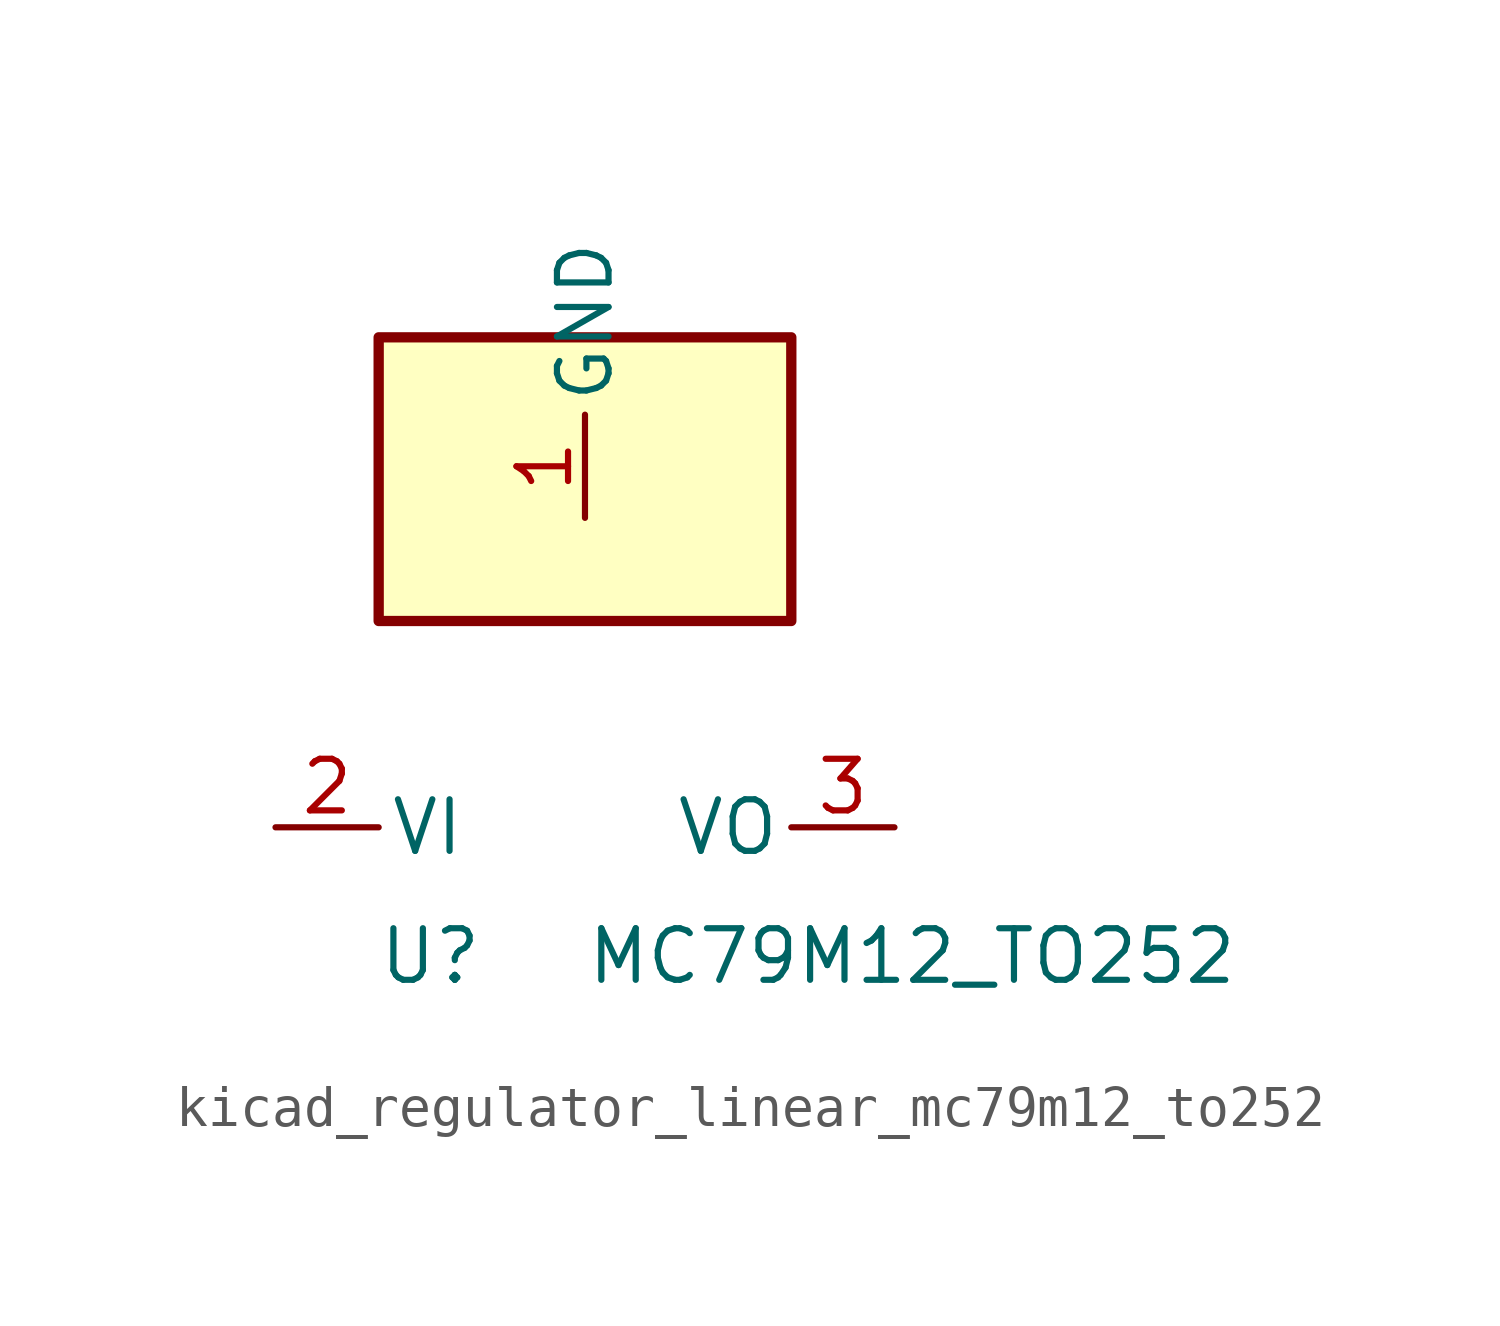
<source format=kicad_sym>
(kicad_symbol_lib
  (version 20220914)
  (generator kicad_symbol_editor)
  (symbol "kicad_regulator_linear_mc79m12_to252"
    (pin_names
      (offset 0.254))
    (property "Reference" "U"
      (at -3.81 -3.175 0)
      (effects (font (size 1.27 1.27))))
    (property "Value" "MC79M12_TO252"
      (at 0 -3.175 0)
      (effects (font (size 1.27 1.27)) (justify left)))
    (symbol "kicad_regulator_linear_mc79m12_to252_0_1"
      (rectangle (start 5.08 12.065) (end -5.08 5.08) (stroke (width 0.254) (type default)) (fill (type background))))
    (symbol "kicad_regulator_linear_mc79m12_to252_1_1"
      (pin power_in line (at 0 7.62 90) (length 2.54) (name "GND" (effects (font (size 1.27 1.27)))) (number "1" (effects (font (size 1.27 1.27)))))
      (pin power_in line (at -7.62 0 0) (length 2.54) (name "VI" (effects (font (size 1.27 1.27)))) (number "2" (effects (font (size 1.27 1.27)))))
      (pin power_out line (at 7.62 0 180) (length 2.54) (name "VO" (effects (font (size 1.27 1.27)))) (number "3" (effects (font (size 1.27 1.27))))))))
</source>
